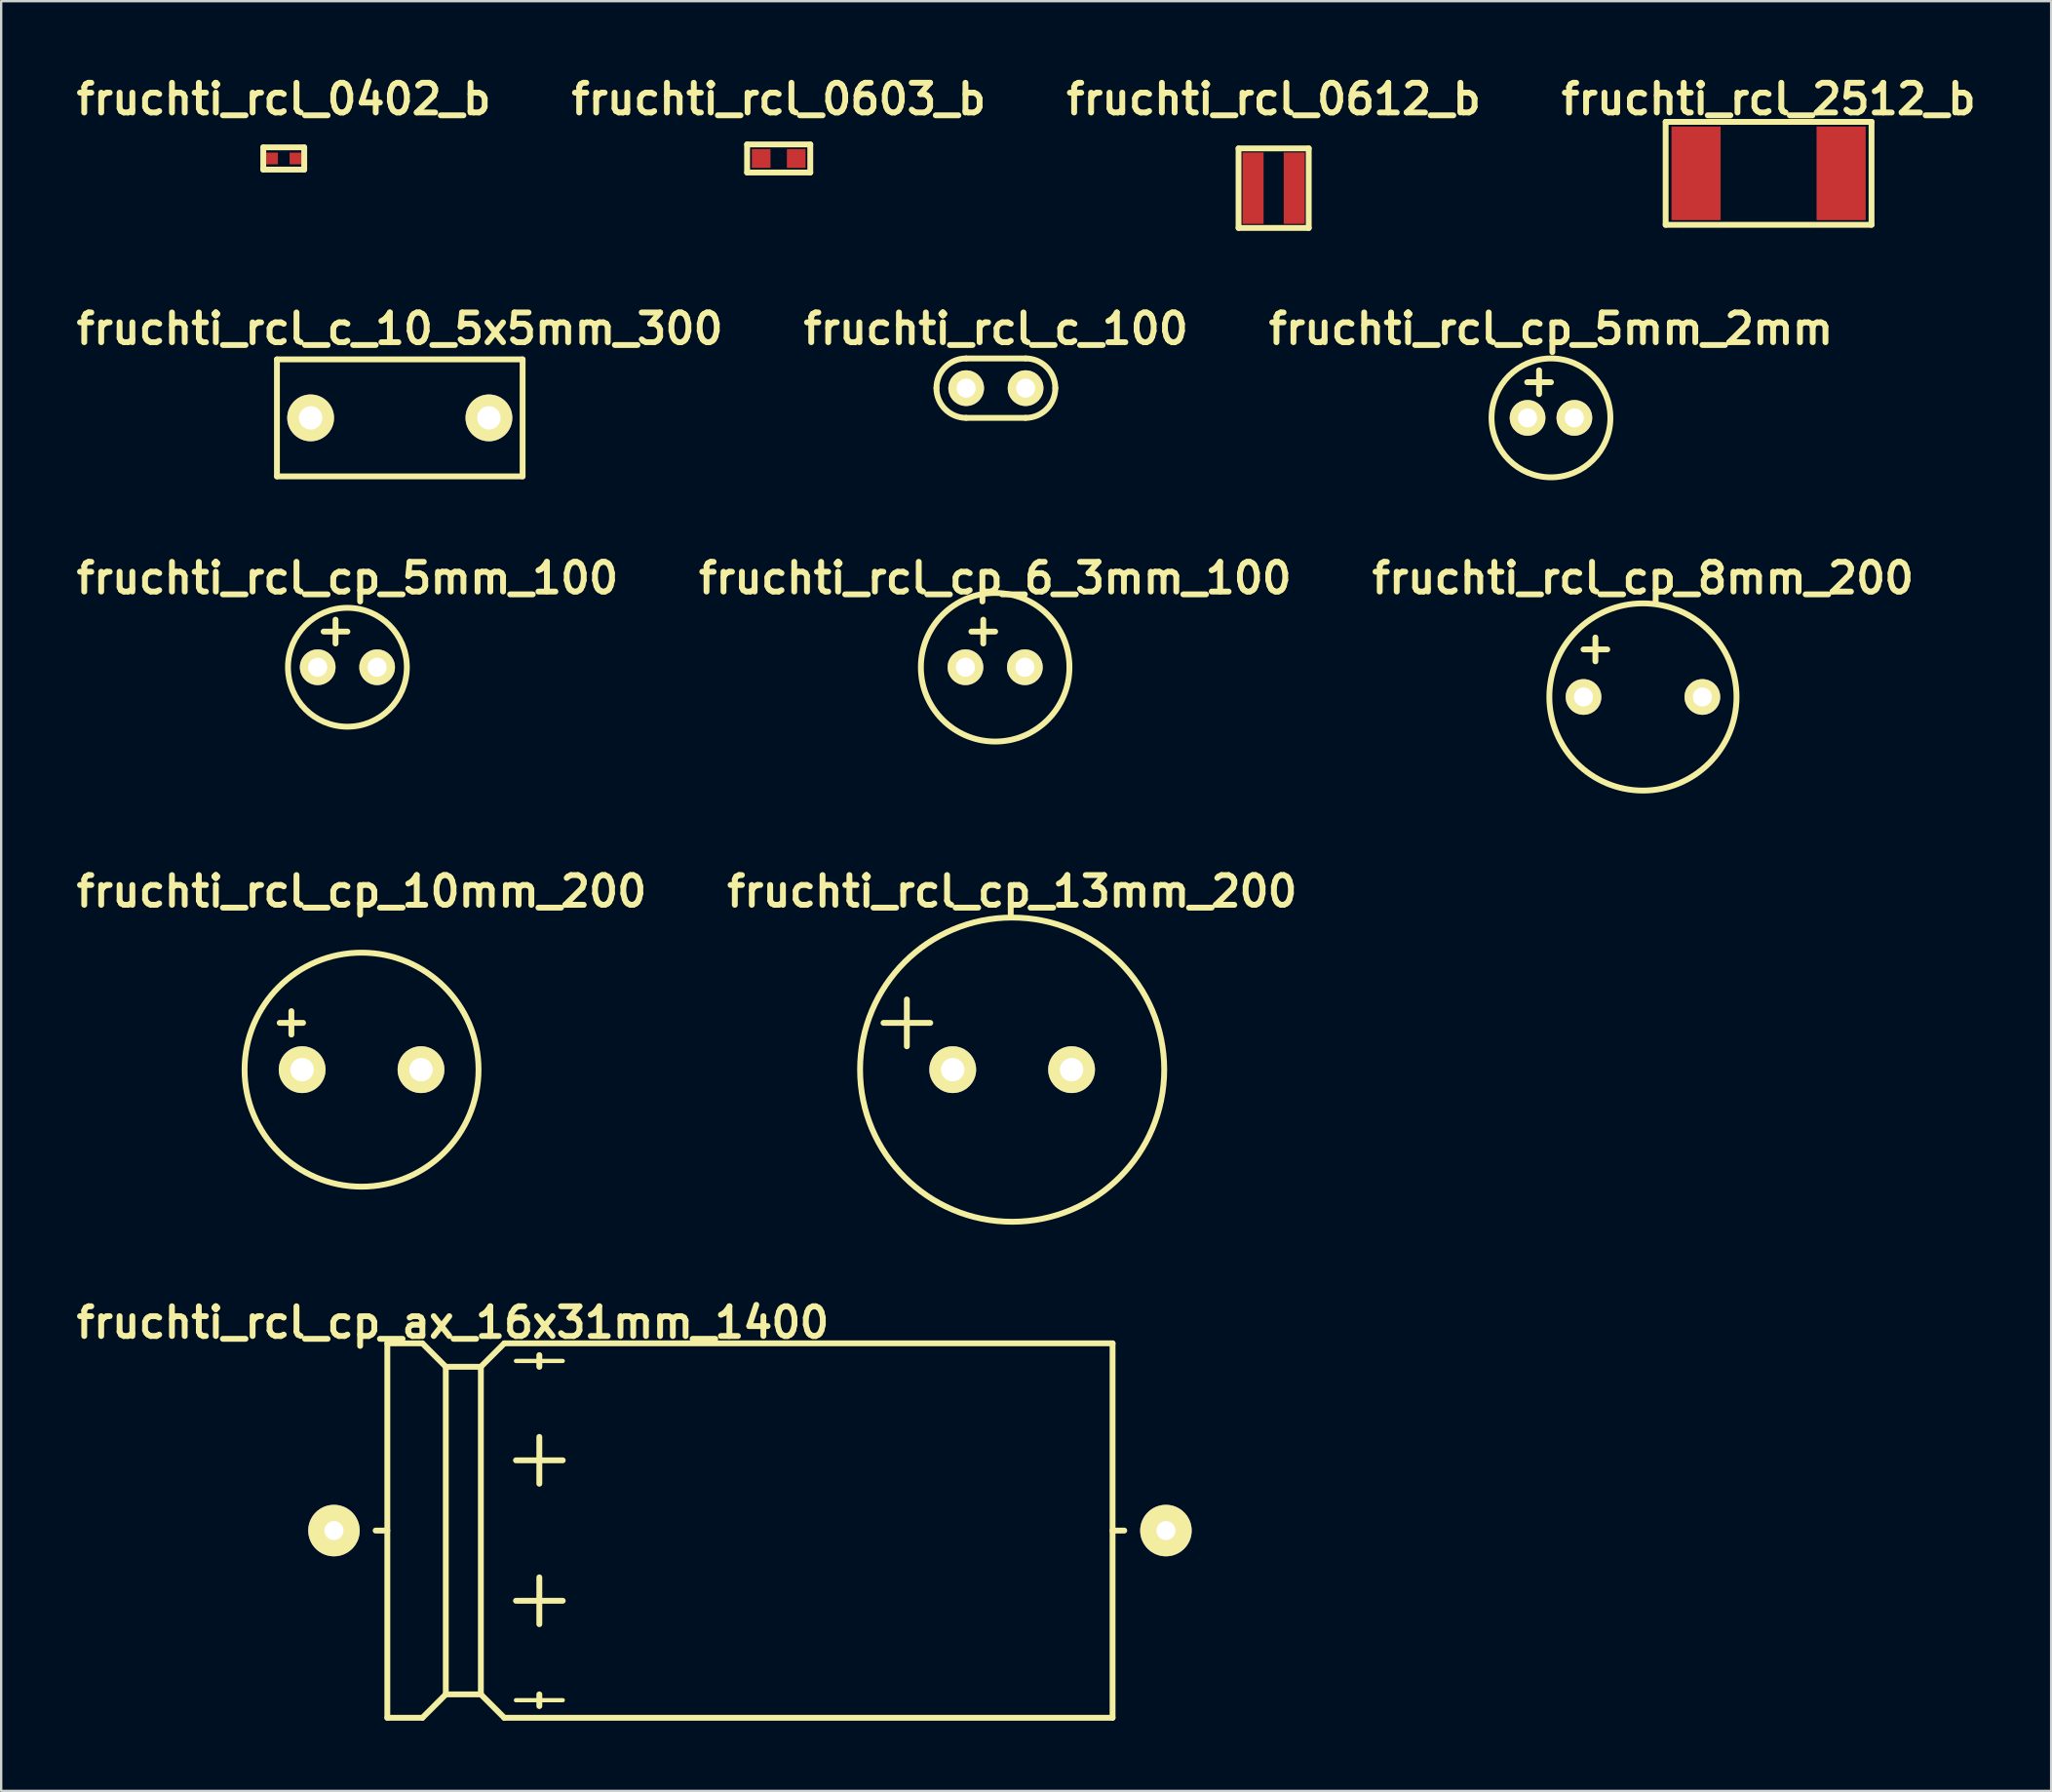
<source format=kicad_pcb>
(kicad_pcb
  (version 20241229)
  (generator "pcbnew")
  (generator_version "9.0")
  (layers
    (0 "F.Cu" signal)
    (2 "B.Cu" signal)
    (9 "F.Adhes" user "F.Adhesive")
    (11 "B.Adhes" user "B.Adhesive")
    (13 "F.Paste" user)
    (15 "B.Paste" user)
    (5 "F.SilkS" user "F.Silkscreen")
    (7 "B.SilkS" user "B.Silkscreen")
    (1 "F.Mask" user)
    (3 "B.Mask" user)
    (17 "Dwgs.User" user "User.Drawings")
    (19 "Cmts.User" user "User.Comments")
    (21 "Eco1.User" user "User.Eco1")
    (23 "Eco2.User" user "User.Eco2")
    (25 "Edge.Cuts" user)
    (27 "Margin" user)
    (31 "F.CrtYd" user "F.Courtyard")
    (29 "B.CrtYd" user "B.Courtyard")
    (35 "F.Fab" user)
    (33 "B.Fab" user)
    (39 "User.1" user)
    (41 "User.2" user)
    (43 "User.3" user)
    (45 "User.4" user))
  (footprint "fruchti_rcl_cp_5mm_2mm"
    (layer "F.Cu")
    (at 63.241 14.808)
    (property "Reference" "fruchti_rcl_cp_5mm_2mm" (at 0 -3.81 0) (layer "F.SilkS") (effects (font (size 1.27 1.27) (thickness 0.25))))
    (attr through_hole)
    (fp_line (start -1.016 -1.524) (end 0 -1.524) (stroke (width 0.25) (type solid)) (layer "F.SilkS"))
    (fp_line (start -0.508 -1.016) (end -0.508 -2.032) (stroke (width 0.25) (type solid)) (layer "F.SilkS"))
    (fp_circle (center 0 0) (end 2.54 0) (stroke (width 0.25) (type solid)) (fill no) (layer "F.SilkS"))
    (pad "1" thru_hole circle (at -1 0) (size 1.524 1.524) (drill 0.813) (layers "*.Cu" "*.Mask" "F.SilkS"))
    (pad "2" thru_hole circle (at 1 0) (size 1.524 1.524) (drill 0.813) (layers "*.Cu" "*.Mask" "F.SilkS")))
  (footprint "fruchti_rcl_cp_13mm_200"
    (layer "F.Cu")
    (at 40.211 42.662)
    (property "Reference" "fruchti_rcl_cp_13mm_200" (at 0 -7.62 0) (layer "F.SilkS") (effects (font (size 1.27 1.27) (thickness 0.25))))
    (attr through_hole)
    (fp_line (start -5.499 -1.999) (end -3.5 -1.999) (stroke (width 0.25) (type solid)) (layer "F.SilkS"))
    (fp_line (start -4.501 -3) (end -4.501 -0.998) (stroke (width 0.25) (type solid)) (layer "F.SilkS"))
    (fp_circle (center 0 0) (end 6.5 0) (stroke (width 0.25) (type solid)) (fill no) (layer "F.SilkS"))
    (pad "1" thru_hole circle (at -2.54 0) (size 1.999 1.999) (drill 1.001) (layers "*.Cu" "*.Mask" "F.SilkS"))
    (pad "2" thru_hole circle (at 2.54 0) (size 1.999 1.999) (drill 1.001) (layers "*.Cu" "*.Mask" "F.SilkS")))
  (footprint "fruchti_rcl_c_100"
    (layer "F.Cu")
    (at 39.516 13.538)
    (property "Reference" "fruchti_rcl_c_100" (at 0 -2.54 0) (layer "F.SilkS") (effects (font (size 1.27 1.27) (thickness 0.25))))
    (attr through_hole)
    (fp_line (start 1.27 -1.27) (end -1.27 -1.27) (stroke (width 0.25) (type solid)) (layer "F.SilkS"))
    (fp_line (start 1.27 1.27) (end -1.27 1.27) (stroke (width 0.25) (type solid)) (layer "F.SilkS"))
    (fp_arc (start -2.54 0) (mid -2.168026 -0.898026) (end -1.27 -1.27) (stroke (width 0.25) (type solid)) (layer "F.SilkS"))
    (fp_arc (start -1.27 1.27) (mid -2.168026 0.898026) (end -2.54 0) (stroke (width 0.25) (type solid)) (layer "F.SilkS"))
    (fp_arc (start 1.27 -1.27) (mid 2.168026 -0.898026) (end 2.54 0) (stroke (width 0.25) (type solid)) (layer "F.SilkS"))
    (fp_arc (start 2.54 0) (mid 2.168026 0.898026) (end 1.27 1.27) (stroke (width 0.25) (type solid)) (layer "F.SilkS"))
    (pad "1" thru_hole circle (at -1.27 0) (size 1.524 1.524) (drill 0.813) (layers "*.Cu" "*.Mask" "F.SilkS"))
    (pad "2" thru_hole circle (at 1.27 0) (size 1.524 1.524) (drill 0.813) (layers "*.Cu" "*.Mask" "F.SilkS")))
  (footprint "fruchti_rcl_cp_10mm_200"
    (layer "F.Cu")
    (at 12.404 42.662)
    (property "Reference" "fruchti_rcl_cp_10mm_200" (at 0 -7.62 0) (layer "F.SilkS") (effects (font (size 1.27 1.27) (thickness 0.25))))
    (attr through_hole)
    (fp_line (start -3.5 -2) (end -2.5 -2) (stroke (width 0.25) (type solid)) (layer "F.SilkS"))
    (fp_line (start -3 -1.5) (end -3 -2.5) (stroke (width 0.25) (type solid)) (layer "F.SilkS"))
    (fp_circle (center 0 0) (end 5 0) (stroke (width 0.25) (type solid)) (fill no) (layer "F.SilkS"))
    (pad "1" thru_hole circle (at -2.54 0) (size 1.999 1.999) (drill 1.001) (layers "*.Cu" "*.Mask" "F.SilkS"))
    (pad "2" thru_hole circle (at 2.54 0) (size 1.999 1.999) (drill 1.001) (layers "*.Cu" "*.Mask" "F.SilkS")))
  (footprint "fruchti_rcl_cp_6_3mm_100"
    (layer "F.Cu")
    (at 39.485 25.465)
    (property "Reference" "fruchti_rcl_cp_6_3mm_100" (at 0 -3.81 0) (layer "F.SilkS") (effects (font (size 1.27 1.27) (thickness 0.25))))
    (attr through_hole)
    (fp_line (start -1.016 -1.524) (end 0 -1.524) (stroke (width 0.25) (type solid)) (layer "F.SilkS"))
    (fp_line (start -0.508 -1.016) (end -0.508 -2.032) (stroke (width 0.25) (type solid)) (layer "F.SilkS"))
    (fp_circle (center 0 0) (end 3.175 0) (stroke (width 0.25) (type solid)) (fill no) (layer "F.SilkS"))
    (pad "1" thru_hole circle (at -1.27 0) (size 1.524 1.524) (drill 0.813) (layers "*.Cu" "*.Mask" "F.SilkS"))
    (pad "2" thru_hole circle (at 1.27 0) (size 1.524 1.524) (drill 0.813) (layers "*.Cu" "*.Mask" "F.SilkS")))
  (footprint "fruchti_rcl_0402_b"
    (layer "F.Cu")
    (at 9.078 3.722)
    (property "Reference" "fruchti_rcl_0402_b" (at 0 -2.54 0) (layer "F.SilkS") (effects (font (size 1.27 1.27) (thickness 0.25))))
    (attr through_hole)
    (fp_line (start -0.875 -0.475) (end -0.875 0.475) (stroke (width 0.25) (type solid)) (layer "F.SilkS"))
    (fp_line (start -0.875 0.475) (end 0.875 0.475) (stroke (width 0.25) (type solid)) (layer "F.SilkS"))
    (fp_line (start 0.875 -0.475) (end -0.875 -0.475) (stroke (width 0.25) (type solid)) (layer "F.SilkS"))
    (fp_line (start 0.875 0.475) (end 0.875 -0.475) (stroke (width 0.25) (type solid)) (layer "F.SilkS"))
    (pad "1" smd rect (at -0.5 0) (size 0.5 0.5) (layers "F.Cu" "F.Mask" "F.Paste"))
    (pad "2" smd rect (at 0.5 0) (size 0.5 0.5) (layers "F.Cu" "F.Mask" "F.Paste")))
  (footprint "fruchti_rcl_c_10_5x5mm_300"
    (layer "F.Cu")
    (at 14.037 14.808)
    (property "Reference" "fruchti_rcl_c_10_5x5mm_300" (at 0 -3.81 0) (layer "F.SilkS") (effects (font (size 1.27 1.27) (thickness 0.25))))
    (attr through_hole)
    (fp_line (start -5.25 -2.499) (end -5.25 2.499) (stroke (width 0.25) (type solid)) (layer "F.SilkS"))
    (fp_line (start -5.25 2.499) (end 5.25 2.499) (stroke (width 0.25) (type solid)) (layer "F.SilkS"))
    (fp_line (start 5.25 -2.499) (end -5.25 -2.499) (stroke (width 0.25) (type solid)) (layer "F.SilkS"))
    (fp_line (start 5.25 -2.499) (end 5.25 2.499) (stroke (width 0.25) (type solid)) (layer "F.SilkS"))
    (pad "1" thru_hole circle (at -3.81 0) (size 1.999 1.999) (drill 1.001) (layers "*.Cu" "*.Mask" "F.SilkS"))
    (pad "2" thru_hole circle (at 3.81 0) (size 1.999 1.999) (drill 1.001) (layers "*.Cu" "*.Mask" "F.SilkS")))
  (footprint "fruchti_rcl_2512_b"
    (layer "F.Cu")
    (at 72.543 4.357)
    (property "Reference" "fruchti_rcl_2512_b" (at 0 -3.175 0) (layer "F.SilkS") (effects (font (size 1.27 1.27) (thickness 0.25))))
    (attr through_hole)
    (fp_line (start -4.4 -2.2) (end -4.4 2.2) (stroke (width 0.25) (type solid)) (layer "F.SilkS"))
    (fp_line (start -4.4 2.2) (end 4.4 2.2) (stroke (width 0.25) (type solid)) (layer "F.SilkS"))
    (fp_line (start 4.4 -2.2) (end -4.4 -2.2) (stroke (width 0.25) (type solid)) (layer "F.SilkS"))
    (fp_line (start 4.4 2.2) (end 4.4 -2.2) (stroke (width 0.25) (type solid)) (layer "F.SilkS"))
    (pad "1" smd rect (at -3.1 0) (size 2.1 4) (layers "F.Cu" "F.Mask" "F.Paste"))
    (pad "2" smd rect (at 3.1 0) (size 2.1 4) (layers "F.Cu" "F.Mask" "F.Paste")))
  (footprint "fruchti_rcl_0603_b"
    (layer "F.Cu")
    (at 30.233 3.722)
    (property "Reference" "fruchti_rcl_0603_b" (at 0 -2.54 0) (layer "F.SilkS") (effects (font (size 1.27 1.27) (thickness 0.25))))
    (attr through_hole)
    (fp_line (start -1.35 -0.6) (end -1.35 0.6) (stroke (width 0.25) (type solid)) (layer "F.SilkS"))
    (fp_line (start -1.35 0.6) (end 1.35 0.6) (stroke (width 0.25) (type solid)) (layer "F.SilkS"))
    (fp_line (start 1.35 -0.6) (end -1.35 -0.6) (stroke (width 0.25) (type solid)) (layer "F.SilkS"))
    (fp_line (start 1.35 0.6) (end 1.35 -0.6) (stroke (width 0.25) (type solid)) (layer "F.SilkS"))
    (pad "1" smd rect (at -0.75 0) (size 0.8 0.8) (layers "F.Cu" "F.Mask" "F.Paste"))
    (pad "2" smd rect (at 0.75 0) (size 0.8 0.8) (layers "F.Cu" "F.Mask" "F.Paste")))
  (footprint "fruchti_rcl_cp_ax_16x31mm_1400"
    (layer "F.Cu")
    (at 29.004 62.359)
    (property "Reference" "fruchti_rcl_cp_ax_16x31mm_1400" (at -12.7 -8.89 0) (layer "F.SilkS") (effects (font (size 1.27 1.27) (thickness 0.25))))
    (attr through_hole)
    (fp_line (start -15.499 -8.001) (end -15.499 8.001) (stroke (width 0.25) (type solid)) (layer "F.SilkS"))
    (fp_line (start -15.499 -8.001) (end -14 -8.001) (stroke (width 0.25) (type solid)) (layer "F.SilkS"))
    (fp_line (start -15.499 0) (end -15.999 0) (stroke (width 0.25) (type solid)) (layer "F.SilkS"))
    (fp_line (start -15.499 8.001) (end -14 8.001) (stroke (width 0.25) (type solid)) (layer "F.SilkS"))
    (fp_line (start -14 -8.001) (end -13 -7) (stroke (width 0.25) (type solid)) (layer "F.SilkS"))
    (fp_line (start -14 8.001) (end -13 7) (stroke (width 0.25) (type solid)) (layer "F.SilkS"))
    (fp_line (start -13 -7) (end -13 7) (stroke (width 0.25) (type solid)) (layer "F.SilkS"))
    (fp_line (start -13 -7) (end -11.501 -7) (stroke (width 0.25) (type solid)) (layer "F.SilkS"))
    (fp_line (start -13 7) (end -11.501 7) (stroke (width 0.25) (type solid)) (layer "F.SilkS"))
    (fp_line (start -11.501 -7) (end -10.5 -8.001) (stroke (width 0.25) (type solid)) (layer "F.SilkS"))
    (fp_line (start -11.501 7) (end -11.501 -7) (stroke (width 0.25) (type solid)) (layer "F.SilkS"))
    (fp_line (start -11.501 7) (end -10.5 8.001) (stroke (width 0.25) (type solid)) (layer "F.SilkS"))
    (fp_line (start -10.5 -8.001) (end 15.499 -8.001) (stroke (width 0.25) (type solid)) (layer "F.SilkS"))
    (fp_line (start -10.5 8.001) (end 15.499 8.001) (stroke (width 0.25) (type solid)) (layer "F.SilkS"))
    (fp_line (start -10 -7.249) (end -8.001 -7.249) (stroke (width 0.183) (type solid)) (layer "F.SilkS"))
    (fp_line (start -10 -3.002) (end -8.001 -3.002) (stroke (width 0.25) (type solid)) (layer "F.SilkS"))
    (fp_line (start -10 3) (end -8.001 3) (stroke (width 0.25) (type solid)) (layer "F.SilkS"))
    (fp_line (start -10 7.249) (end -8.001 7.249) (stroke (width 0.183) (type solid)) (layer "F.SilkS"))
    (fp_line (start -9.002 -6.998) (end -9.002 -7.498) (stroke (width 0.25) (type solid)) (layer "F.SilkS"))
    (fp_line (start -9.002 -4.003) (end -9.002 -2.002) (stroke (width 0.25) (type solid)) (layer "F.SilkS"))
    (fp_line (start -9.002 1.999) (end -9.002 4) (stroke (width 0.25) (type solid)) (layer "F.SilkS"))
    (fp_line (start -9.002 7) (end -9.002 7.501) (stroke (width 0.25) (type solid)) (layer "F.SilkS"))
    (fp_line (start 15.499 0) (end 15.999 0) (stroke (width 0.25) (type solid)) (layer "F.SilkS"))
    (fp_line (start 15.499 8.001) (end 15.499 -8.001) (stroke (width 0.25) (type solid)) (layer "F.SilkS"))
    (pad "1" thru_hole circle (at -17.78 0) (size 2.2 2.2) (drill 0.813) (layers "*.Cu" "*.Mask" "F.SilkS"))
    (pad "2" thru_hole circle (at 17.78 0) (size 2.2 2.2) (drill 0.813) (layers "*.Cu" "*.Mask" "F.SilkS")))
  (footprint "fruchti_rcl_cp_5mm_100"
    (layer "F.Cu")
    (at 11.799 25.465)
    (property "Reference" "fruchti_rcl_cp_5mm_100" (at 0 -3.81 0) (layer "F.SilkS") (effects (font (size 1.27 1.27) (thickness 0.25))))
    (attr through_hole)
    (fp_line (start -1.016 -1.524) (end 0 -1.524) (stroke (width 0.25) (type solid)) (layer "F.SilkS"))
    (fp_line (start -0.508 -1.016) (end -0.508 -2.032) (stroke (width 0.25) (type solid)) (layer "F.SilkS"))
    (fp_circle (center 0 0) (end 2.54 0) (stroke (width 0.25) (type solid)) (fill no) (layer "F.SilkS"))
    (pad "1" thru_hole circle (at -1.27 0) (size 1.524 1.524) (drill 0.813) (layers "*.Cu" "*.Mask" "F.SilkS"))
    (pad "2" thru_hole circle (at 1.27 0) (size 1.524 1.524) (drill 0.813) (layers "*.Cu" "*.Mask" "F.SilkS")))
  (footprint "fruchti_rcl_cp_8mm_200"
    (layer "F.Cu")
    (at 67.172 26.735)
    (property "Reference" "fruchti_rcl_cp_8mm_200" (at 0 -5.08 0) (layer "F.SilkS") (effects (font (size 1.27 1.27) (thickness 0.25))))
    (attr through_hole)
    (fp_line (start -2.54 -2.032) (end -1.524 -2.032) (stroke (width 0.25) (type solid)) (layer "F.SilkS"))
    (fp_line (start -2.032 -1.524) (end -2.032 -2.54) (stroke (width 0.25) (type solid)) (layer "F.SilkS"))
    (fp_circle (center 0 0) (end 4 0) (stroke (width 0.25) (type solid)) (fill no) (layer "F.SilkS"))
    (pad "1" thru_hole circle (at -2.54 0) (size 1.524 1.524) (drill 0.813) (layers "*.Cu" "*.Mask" "F.SilkS"))
    (pad "2" thru_hole circle (at 2.54 0) (size 1.524 1.524) (drill 0.813) (layers "*.Cu" "*.Mask" "F.SilkS")))
  (footprint "fruchti_rcl_0612_b"
    (layer "F.Cu")
    (at 51.388 4.992)
    (property "Reference" "fruchti_rcl_0612_b" (at 0 -3.81 0) (layer "F.SilkS") (effects (font (size 1.27 1.27) (thickness 0.25))))
    (attr through_hole)
    (fp_line (start -1.5 -1.7) (end -1.5 1.7) (stroke (width 0.25) (type solid)) (layer "F.SilkS"))
    (fp_line (start 1.5 -1.7) (end -1.5 -1.7) (stroke (width 0.25) (type solid)) (layer "F.SilkS"))
    (fp_line (start 1.5 -1.7) (end 1.5 1.7) (stroke (width 0.25) (type solid)) (layer "F.SilkS"))
    (fp_line (start 1.5 1.7) (end -1.5 1.7) (stroke (width 0.25) (type solid)) (layer "F.SilkS"))
    (pad "1" smd rect (at -0.88 0) (size 0.9 3.05) (layers "F.Cu" "F.Mask"))
    (pad "2" smd rect (at 0.88 0) (size 0.9 3.05) (layers "F.Cu" "F.Mask")))
  (gr_rect
    (start -3 -3)
    (end 84.62 73.485)
    (stroke (width 0.1) (type default))
    (fill no)
    (layer "Edge.Cuts")))
</source>
